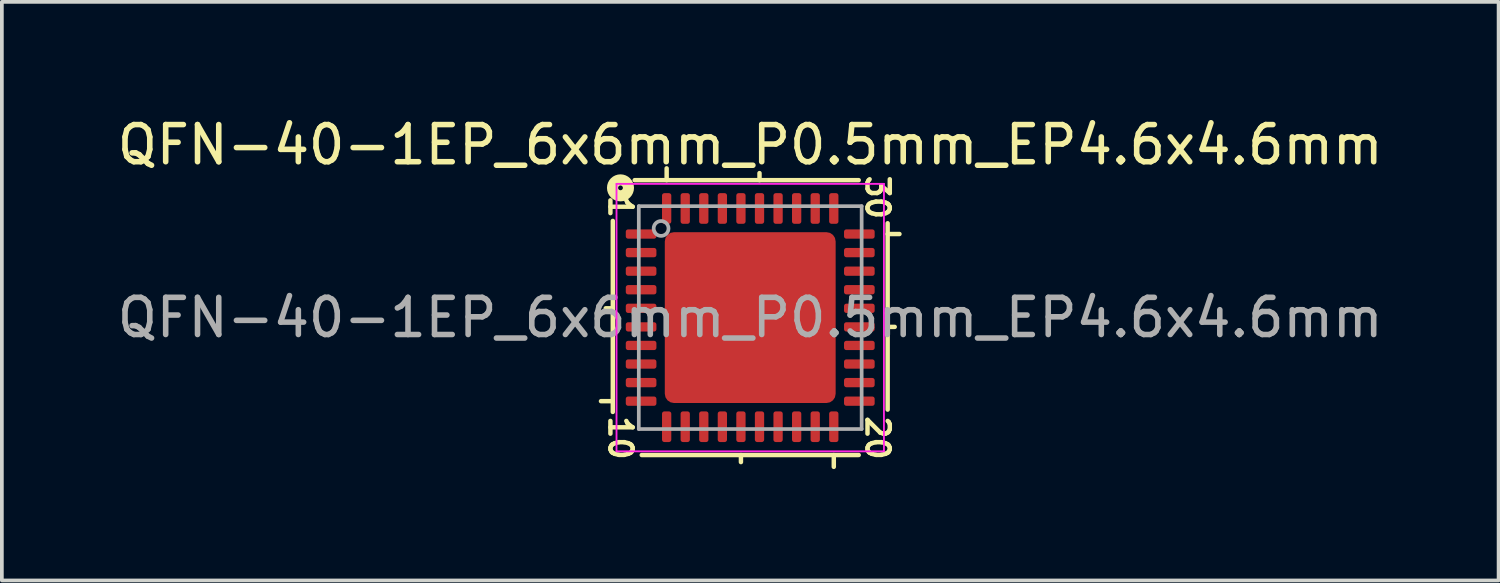
<source format=kicad_pcb>
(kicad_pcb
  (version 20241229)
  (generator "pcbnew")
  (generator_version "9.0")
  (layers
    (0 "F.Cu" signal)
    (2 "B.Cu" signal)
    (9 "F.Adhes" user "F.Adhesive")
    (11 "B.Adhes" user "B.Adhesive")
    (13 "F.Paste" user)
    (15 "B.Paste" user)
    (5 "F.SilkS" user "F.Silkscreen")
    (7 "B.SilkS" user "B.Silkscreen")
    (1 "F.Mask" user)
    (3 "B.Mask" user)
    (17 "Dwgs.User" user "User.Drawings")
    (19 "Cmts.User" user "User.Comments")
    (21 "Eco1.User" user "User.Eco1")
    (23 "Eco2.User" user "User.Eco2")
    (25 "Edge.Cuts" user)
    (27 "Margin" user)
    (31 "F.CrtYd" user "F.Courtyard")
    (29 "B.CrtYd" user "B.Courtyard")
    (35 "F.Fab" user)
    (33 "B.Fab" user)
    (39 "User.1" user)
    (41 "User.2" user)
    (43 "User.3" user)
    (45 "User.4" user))
  (footprint "QFN-40-1EP_6x6mm_P0.5mm_EP4.6x4.6mm"
    (layer "F.Cu")
    (at 17.149 5.501)
    (property "Reference" "QFN-40-1EP_6x6mm_P0.5mm_EP4.6x4.6mm" (at 0 -4.652 0) (layer "F.SilkS") (effects (font (size 1 1) (thickness 0.15))))
    (attr smd)
    (fp_line (start -4.018 2.25) (end -3.7 2.25) (stroke (width 0.12) (type solid)) (layer "F.SilkS"))
    (fp_line (start -3.7 -2.603) (end -3.7 2.54) (stroke (width 0.12) (type solid)) (layer "F.SilkS"))
    (fp_line (start -3.7 -0.25) (end -3.89 -0.25) (stroke (width 0.12) (type solid)) (layer "F.SilkS"))
    (fp_line (start -2.921 3.7) (end 2.921 3.7) (stroke (width 0.12) (type solid)) (layer "F.SilkS"))
    (fp_line (start -2.25 -3.7) (end -2.25 -4.018) (stroke (width 0.12) (type solid)) (layer "F.SilkS"))
    (fp_line (start -0.25 3.7) (end -0.25 3.89) (stroke (width 0.12) (type solid)) (layer "F.SilkS"))
    (fp_line (start 0.25 -3.7) (end 0.25 -3.89) (stroke (width 0.12) (type solid)) (layer "F.SilkS"))
    (fp_line (start 2.25 3.7) (end 2.25 4.018) (stroke (width 0.12) (type solid)) (layer "F.SilkS"))
    (fp_line (start 2.921 -3.7) (end -3.111 -3.7) (stroke (width 0.12) (type solid)) (layer "F.SilkS"))
    (fp_line (start 3.7 -2.25) (end 4.018 -2.25) (stroke (width 0.12) (type solid)) (layer "F.SilkS"))
    (fp_line (start 3.7 0.25) (end 3.89 0.25) (stroke (width 0.12) (type solid)) (layer "F.SilkS"))
    (fp_line (start 3.7 2.477) (end 3.7 -2.54) (stroke (width 0.12) (type solid)) (layer "F.SilkS"))
    (fp_circle (center -3.493 -3.493) (end -3.429 -3.493) (stroke (width 0.3) (type solid)) (fill no) (layer "F.SilkS"))
    (fp_line (start -3.6 -3.6) (end -3.6 3.6) (stroke (width 0.05) (type solid)) (layer "F.CrtYd"))
    (fp_line (start -3.6 3.6) (end 3.6 3.6) (stroke (width 0.05) (type solid)) (layer "F.CrtYd"))
    (fp_line (start 3.6 -3.6) (end -3.6 -3.6) (stroke (width 0.05) (type solid)) (layer "F.CrtYd"))
    (fp_line (start 3.6 3.6) (end 3.6 -3.6) (stroke (width 0.05) (type solid)) (layer "F.CrtYd"))
    (fp_line (start -3 -3) (end 3 -3) (stroke (width 0.1) (type solid)) (layer "F.Fab"))
    (fp_line (start -3 3) (end -3 -3) (stroke (width 0.1) (type solid)) (layer "F.Fab"))
    (fp_line (start 3 -3) (end 3 3) (stroke (width 0.1) (type solid)) (layer "F.Fab"))
    (fp_line (start 3 3) (end -3 3) (stroke (width 0.1) (type solid)) (layer "F.Fab"))
    (fp_circle (center -2.4 -2.4) (end -2.2 -2.4) (stroke (width 0.1) (type solid)) (fill no) (layer "F.Fab"))
    (fp_text user "10" (at -3.493 3.239 270) (unlocked yes) (layer "F.SilkS") (effects (font (size 0.6 0.6) (thickness 0.12))))
    (fp_text user "20" (at 3.429 3.239 270) (unlocked yes) (layer "F.SilkS") (effects (font (size 0.6 0.6) (thickness 0.12))))
    (fp_text user "30" (at 3.429 -3.239 270) (unlocked yes) (layer "F.SilkS") (effects (font (size 0.6 0.6) (thickness 0.12))))
    (fp_text user "1" (at -3.493 -2.985 270) (unlocked yes) (layer "F.SilkS") (effects (font (size 0.6 0.6) (thickness 0.12))))
    (fp_text user "${REFERENCE}" (at 0 0 0) (layer "F.Fab") (effects (font (size 1 1) (thickness 0.15))))
    (pad "" smd roundrect (at -1.725 -1.725) (size 0.93 0.93) (layers "F.Paste") (roundrect_rratio 0.25))
    (pad "" smd roundrect (at -1.725 -0.575) (size 0.93 0.93) (layers "F.Paste") (roundrect_rratio 0.25))
    (pad "" smd roundrect (at -1.725 0.575) (size 0.93 0.93) (layers "F.Paste") (roundrect_rratio 0.25))
    (pad "" smd roundrect (at -1.725 1.725) (size 0.93 0.93) (layers "F.Paste") (roundrect_rratio 0.25))
    (pad "" smd roundrect (at -0.575 -1.725) (size 0.93 0.93) (layers "F.Paste") (roundrect_rratio 0.25))
    (pad "" smd roundrect (at -0.575 -0.575) (size 0.93 0.93) (layers "F.Paste") (roundrect_rratio 0.25))
    (pad "" smd roundrect (at -0.575 0.575) (size 0.93 0.93) (layers "F.Paste") (roundrect_rratio 0.25))
    (pad "" smd roundrect (at -0.575 1.725) (size 0.93 0.93) (layers "F.Paste") (roundrect_rratio 0.25))
    (pad "" smd roundrect (at 0.575 -1.725) (size 0.93 0.93) (layers "F.Paste") (roundrect_rratio 0.25))
    (pad "" smd roundrect (at 0.575 -0.575) (size 0.93 0.93) (layers "F.Paste") (roundrect_rratio 0.25))
    (pad "" smd roundrect (at 0.575 0.575) (size 0.93 0.93) (layers "F.Paste") (roundrect_rratio 0.25))
    (pad "" smd roundrect (at 0.575 1.725) (size 0.93 0.93) (layers "F.Paste") (roundrect_rratio 0.25))
    (pad "" smd roundrect (at 1.725 -1.725) (size 0.93 0.93) (layers "F.Paste") (roundrect_rratio 0.25))
    (pad "" smd roundrect (at 1.725 -0.575) (size 0.93 0.93) (layers "F.Paste") (roundrect_rratio 0.25))
    (pad "" smd roundrect (at 1.725 0.575) (size 0.93 0.93) (layers "F.Paste") (roundrect_rratio 0.25))
    (pad "" smd roundrect (at 1.725 1.725) (size 0.93 0.93) (layers "F.Paste") (roundrect_rratio 0.25))
    (pad "1" smd roundrect (at -2.938 -2.25) (size 0.825 0.25) (layers "F.Cu" "F.Mask" "F.Paste") (roundrect_rratio 0.25))
    (pad "2" smd roundrect (at -2.938 -1.75) (size 0.825 0.25) (layers "F.Cu" "F.Mask" "F.Paste") (roundrect_rratio 0.25))
    (pad "3" smd roundrect (at -2.938 -1.25) (size 0.825 0.25) (layers "F.Cu" "F.Mask" "F.Paste") (roundrect_rratio 0.25))
    (pad "4" smd roundrect (at -2.938 -0.75) (size 0.825 0.25) (layers "F.Cu" "F.Mask" "F.Paste") (roundrect_rratio 0.25))
    (pad "5" smd roundrect (at -2.938 -0.25) (size 0.825 0.25) (layers "F.Cu" "F.Mask" "F.Paste") (roundrect_rratio 0.25))
    (pad "6" smd roundrect (at -2.938 0.25) (size 0.825 0.25) (layers "F.Cu" "F.Mask" "F.Paste") (roundrect_rratio 0.25))
    (pad "7" smd roundrect (at -2.938 0.75) (size 0.825 0.25) (layers "F.Cu" "F.Mask" "F.Paste") (roundrect_rratio 0.25))
    (pad "8" smd roundrect (at -2.938 1.25) (size 0.825 0.25) (layers "F.Cu" "F.Mask" "F.Paste") (roundrect_rratio 0.25))
    (pad "9" smd roundrect (at -2.938 1.75) (size 0.825 0.25) (layers "F.Cu" "F.Mask" "F.Paste") (roundrect_rratio 0.25))
    (pad "10" smd roundrect (at -2.938 2.25) (size 0.825 0.25) (layers "F.Cu" "F.Mask" "F.Paste") (roundrect_rratio 0.25))
    (pad "11" smd roundrect (at -2.25 2.938) (size 0.25 0.825) (layers "F.Cu" "F.Mask" "F.Paste") (roundrect_rratio 0.25))
    (pad "12" smd roundrect (at -1.75 2.938) (size 0.25 0.825) (layers "F.Cu" "F.Mask" "F.Paste") (roundrect_rratio 0.25))
    (pad "13" smd roundrect (at -1.25 2.938) (size 0.25 0.825) (layers "F.Cu" "F.Mask" "F.Paste") (roundrect_rratio 0.25))
    (pad "14" smd roundrect (at -0.75 2.938) (size 0.25 0.825) (layers "F.Cu" "F.Mask" "F.Paste") (roundrect_rratio 0.25))
    (pad "15" smd roundrect (at -0.25 2.938) (size 0.25 0.825) (layers "F.Cu" "F.Mask" "F.Paste") (roundrect_rratio 0.25))
    (pad "16" smd roundrect (at 0.25 2.938) (size 0.25 0.825) (layers "F.Cu" "F.Mask" "F.Paste") (roundrect_rratio 0.25))
    (pad "17" smd roundrect (at 0.75 2.938) (size 0.25 0.825) (layers "F.Cu" "F.Mask" "F.Paste") (roundrect_rratio 0.25))
    (pad "18" smd roundrect (at 1.25 2.938) (size 0.25 0.825) (layers "F.Cu" "F.Mask" "F.Paste") (roundrect_rratio 0.25))
    (pad "19" smd roundrect (at 1.75 2.938) (size 0.25 0.825) (layers "F.Cu" "F.Mask" "F.Paste") (roundrect_rratio 0.25))
    (pad "20" smd roundrect (at 2.25 2.938) (size 0.25 0.825) (layers "F.Cu" "F.Mask" "F.Paste") (roundrect_rratio 0.25))
    (pad "21" smd roundrect (at 2.938 2.25) (size 0.825 0.25) (layers "F.Cu" "F.Mask" "F.Paste") (roundrect_rratio 0.25))
    (pad "22" smd roundrect (at 2.938 1.75) (size 0.825 0.25) (layers "F.Cu" "F.Mask" "F.Paste") (roundrect_rratio 0.25))
    (pad "23" smd roundrect (at 2.938 1.25) (size 0.825 0.25) (layers "F.Cu" "F.Mask" "F.Paste") (roundrect_rratio 0.25))
    (pad "24" smd roundrect (at 2.938 0.75) (size 0.825 0.25) (layers "F.Cu" "F.Mask" "F.Paste") (roundrect_rratio 0.25))
    (pad "25" smd roundrect (at 2.938 0.25) (size 0.825 0.25) (layers "F.Cu" "F.Mask" "F.Paste") (roundrect_rratio 0.25))
    (pad "26" smd roundrect (at 2.938 -0.25) (size 0.825 0.25) (layers "F.Cu" "F.Mask" "F.Paste") (roundrect_rratio 0.25))
    (pad "27" smd roundrect (at 2.938 -0.75) (size 0.825 0.25) (layers "F.Cu" "F.Mask" "F.Paste") (roundrect_rratio 0.25))
    (pad "28" smd roundrect (at 2.938 -1.25) (size 0.825 0.25) (layers "F.Cu" "F.Mask" "F.Paste") (roundrect_rratio 0.25))
    (pad "29" smd roundrect (at 2.938 -1.75) (size 0.825 0.25) (layers "F.Cu" "F.Mask" "F.Paste") (roundrect_rratio 0.25))
    (pad "30" smd roundrect (at 2.938 -2.25) (size 0.825 0.25) (layers "F.Cu" "F.Mask" "F.Paste") (roundrect_rratio 0.25))
    (pad "31" smd roundrect (at 2.25 -2.938) (size 0.25 0.825) (layers "F.Cu" "F.Mask" "F.Paste") (roundrect_rratio 0.25))
    (pad "32" smd roundrect (at 1.75 -2.938) (size 0.25 0.825) (layers "F.Cu" "F.Mask" "F.Paste") (roundrect_rratio 0.25))
    (pad "33" smd roundrect (at 1.25 -2.938) (size 0.25 0.825) (layers "F.Cu" "F.Mask" "F.Paste") (roundrect_rratio 0.25))
    (pad "34" smd roundrect (at 0.75 -2.938) (size 0.25 0.825) (layers "F.Cu" "F.Mask" "F.Paste") (roundrect_rratio 0.25))
    (pad "35" smd roundrect (at 0.25 -2.938) (size 0.25 0.825) (layers "F.Cu" "F.Mask" "F.Paste") (roundrect_rratio 0.25))
    (pad "36" smd roundrect (at -0.25 -2.938) (size 0.25 0.825) (layers "F.Cu" "F.Mask" "F.Paste") (roundrect_rratio 0.25))
    (pad "37" smd roundrect (at -0.75 -2.938) (size 0.25 0.825) (layers "F.Cu" "F.Mask" "F.Paste") (roundrect_rratio 0.25))
    (pad "38" smd roundrect (at -1.25 -2.938) (size 0.25 0.825) (layers "F.Cu" "F.Mask" "F.Paste") (roundrect_rratio 0.25))
    (pad "39" smd roundrect (at -1.75 -2.938) (size 0.25 0.825) (layers "F.Cu" "F.Mask" "F.Paste") (roundrect_rratio 0.25))
    (pad "40" smd roundrect (at -2.25 -2.938) (size 0.25 0.825) (layers "F.Cu" "F.Mask" "F.Paste") (roundrect_rratio 0.25))
    (pad "41" smd roundrect (at 0 0) (size 4.6 4.6) (layers "F.Cu" "F.Mask") (roundrect_rratio 0.054)))
  (gr_rect
    (start -3 -3)
    (end 37.298 12.578)
    (stroke (width 0.1) (type default))
    (fill no)
    (layer "Edge.Cuts")))
</source>
